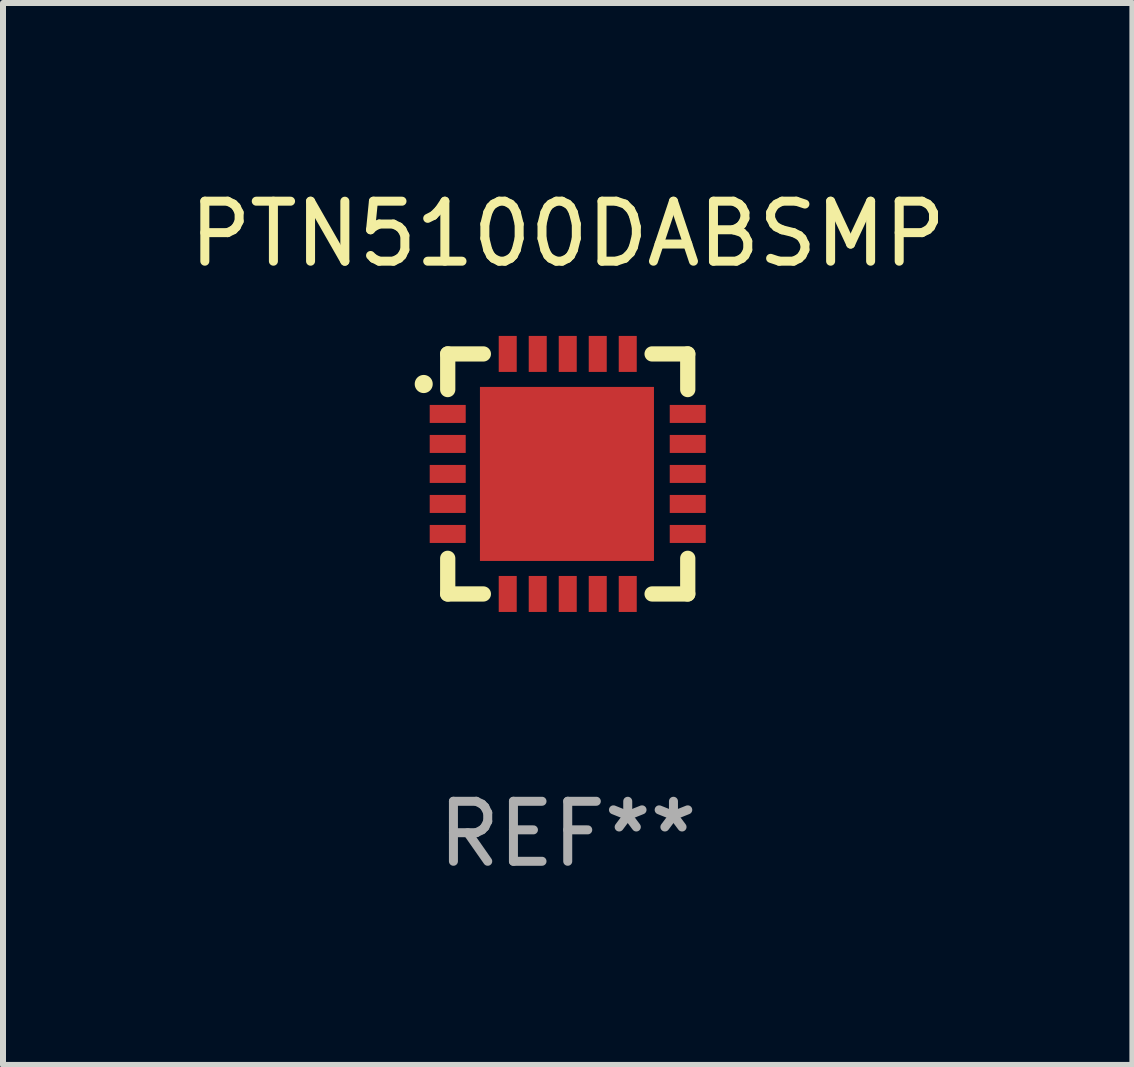
<source format=kicad_pcb>
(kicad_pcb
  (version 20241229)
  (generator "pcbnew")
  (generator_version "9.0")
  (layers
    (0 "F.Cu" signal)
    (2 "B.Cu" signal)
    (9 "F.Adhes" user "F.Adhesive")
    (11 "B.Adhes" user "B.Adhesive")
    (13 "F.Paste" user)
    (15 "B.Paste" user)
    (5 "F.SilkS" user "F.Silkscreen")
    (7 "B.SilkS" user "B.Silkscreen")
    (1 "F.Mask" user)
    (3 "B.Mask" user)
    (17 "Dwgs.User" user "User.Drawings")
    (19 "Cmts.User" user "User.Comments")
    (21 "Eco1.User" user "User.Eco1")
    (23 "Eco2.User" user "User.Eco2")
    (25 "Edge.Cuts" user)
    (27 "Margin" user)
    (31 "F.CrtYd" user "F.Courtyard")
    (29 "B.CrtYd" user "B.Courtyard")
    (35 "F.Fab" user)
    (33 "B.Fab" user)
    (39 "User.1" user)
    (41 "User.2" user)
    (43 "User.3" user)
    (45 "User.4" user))
  (footprint "PTN5100DABSMP"
    (layer "F.Cu")
    (at 6.411 4.848)
    (property "Reference" "PTN5100DABSMP" (at 0 -4 0) (layer "F.SilkS") (effects (font (size 1 1) (thickness 0.15))))
    (attr through_hole)
    (fp_line (start -2 -2) (end -1.406 -2) (stroke (width 0.254) (type solid)) (layer "F.SilkS"))
    (fp_line (start -2 -1.406) (end -2 -2) (stroke (width 0.254) (type solid)) (layer "F.SilkS"))
    (fp_line (start -2 2) (end -2 1.406) (stroke (width 0.254) (type solid)) (layer "F.SilkS"))
    (fp_line (start -1.406 2) (end -2 2) (stroke (width 0.254) (type solid)) (layer "F.SilkS"))
    (fp_line (start 1.406 -2) (end 2 -2) (stroke (width 0.254) (type solid)) (layer "F.SilkS"))
    (fp_line (start 2 -2) (end 2 -1.406) (stroke (width 0.254) (type solid)) (layer "F.SilkS"))
    (fp_line (start 2 1.406) (end 2 2) (stroke (width 0.254) (type solid)) (layer "F.SilkS"))
    (fp_line (start 2 2) (end 1.406 2) (stroke (width 0.254) (type solid)) (layer "F.SilkS"))
    (fp_arc (start -2.399924 -1.497485) (mid -2.399929 -1.498755) (end -2.399924 -1.500025) (stroke (width 0.3) (type solid)) (layer "F.SilkS"))
    (fp_text user "REF**" (at 0 6 0) (layer "F.Fab") (effects (font (size 1 1) (thickness 0.15))))
    (pad "1" smd rect (at -2 -1 90) (size 0.3 0.6) (layers "F.Cu" "F.Mask" "F.Paste"))
    (pad "2" smd rect (at -2 -0.5 90) (size 0.3 0.6) (layers "F.Cu" "F.Mask" "F.Paste"))
    (pad "3" smd rect (at -2 -0.000127 90) (size 0.3 0.6) (layers "F.Cu" "F.Mask" "F.Paste"))
    (pad "4" smd rect (at -2 0.5 90) (size 0.3 0.6) (layers "F.Cu" "F.Mask" "F.Paste"))
    (pad "5" smd rect (at -2 1 90) (size 0.3 0.6) (layers "F.Cu" "F.Mask" "F.Paste"))
    (pad "6" smd rect (at -1 2) (size 0.3 0.6) (layers "F.Cu" "F.Mask" "F.Paste"))
    (pad "7" smd rect (at -0.5 2) (size 0.3 0.6) (layers "F.Cu" "F.Mask" "F.Paste"))
    (pad "8" smd rect (at 0.000127 2) (size 0.3 0.6) (layers "F.Cu" "F.Mask" "F.Paste"))
    (pad "9" smd rect (at 0.5 2) (size 0.3 0.6) (layers "F.Cu" "F.Mask" "F.Paste"))
    (pad "10" smd rect (at 1 2) (size 0.3 0.6) (layers "F.Cu" "F.Mask" "F.Paste"))
    (pad "11" smd rect (at 2 1 90) (size 0.3 0.6) (layers "F.Cu" "F.Mask" "F.Paste"))
    (pad "12" smd rect (at 2 0.5 90) (size 0.3 0.6) (layers "F.Cu" "F.Mask" "F.Paste"))
    (pad "13" smd rect (at 2 -0.000127 90) (size 0.3 0.6) (layers "F.Cu" "F.Mask" "F.Paste"))
    (pad "14" smd rect (at 2 -0.5 90) (size 0.3 0.6) (layers "F.Cu" "F.Mask" "F.Paste"))
    (pad "15" smd rect (at 2 -1 90) (size 0.3 0.6) (layers "F.Cu" "F.Mask" "F.Paste"))
    (pad "16" smd rect (at 1 -2) (size 0.3 0.6) (layers "F.Cu" "F.Mask" "F.Paste"))
    (pad "17" smd rect (at 0.5 -2) (size 0.3 0.6) (layers "F.Cu" "F.Mask" "F.Paste"))
    (pad "18" smd rect (at 0.000127 -2) (size 0.3 0.6) (layers "F.Cu" "F.Mask" "F.Paste"))
    (pad "19" smd rect (at -0.5 -2) (size 0.3 0.6) (layers "F.Cu" "F.Mask" "F.Paste"))
    (pad "20" smd rect (at -1 -2) (size 0.3 0.6) (layers "F.Cu" "F.Mask" "F.Paste"))
    (pad "21" smd rect (at -0.013 -0.000127) (size 2.9 2.9) (layers "F.Cu" "F.Mask" "F.Paste")))
  (gr_rect
    (start -3 -3)
    (end 15.821 14.697)
    (stroke (width 0.1) (type default))
    (fill no)
    (layer "Edge.Cuts")))
</source>
